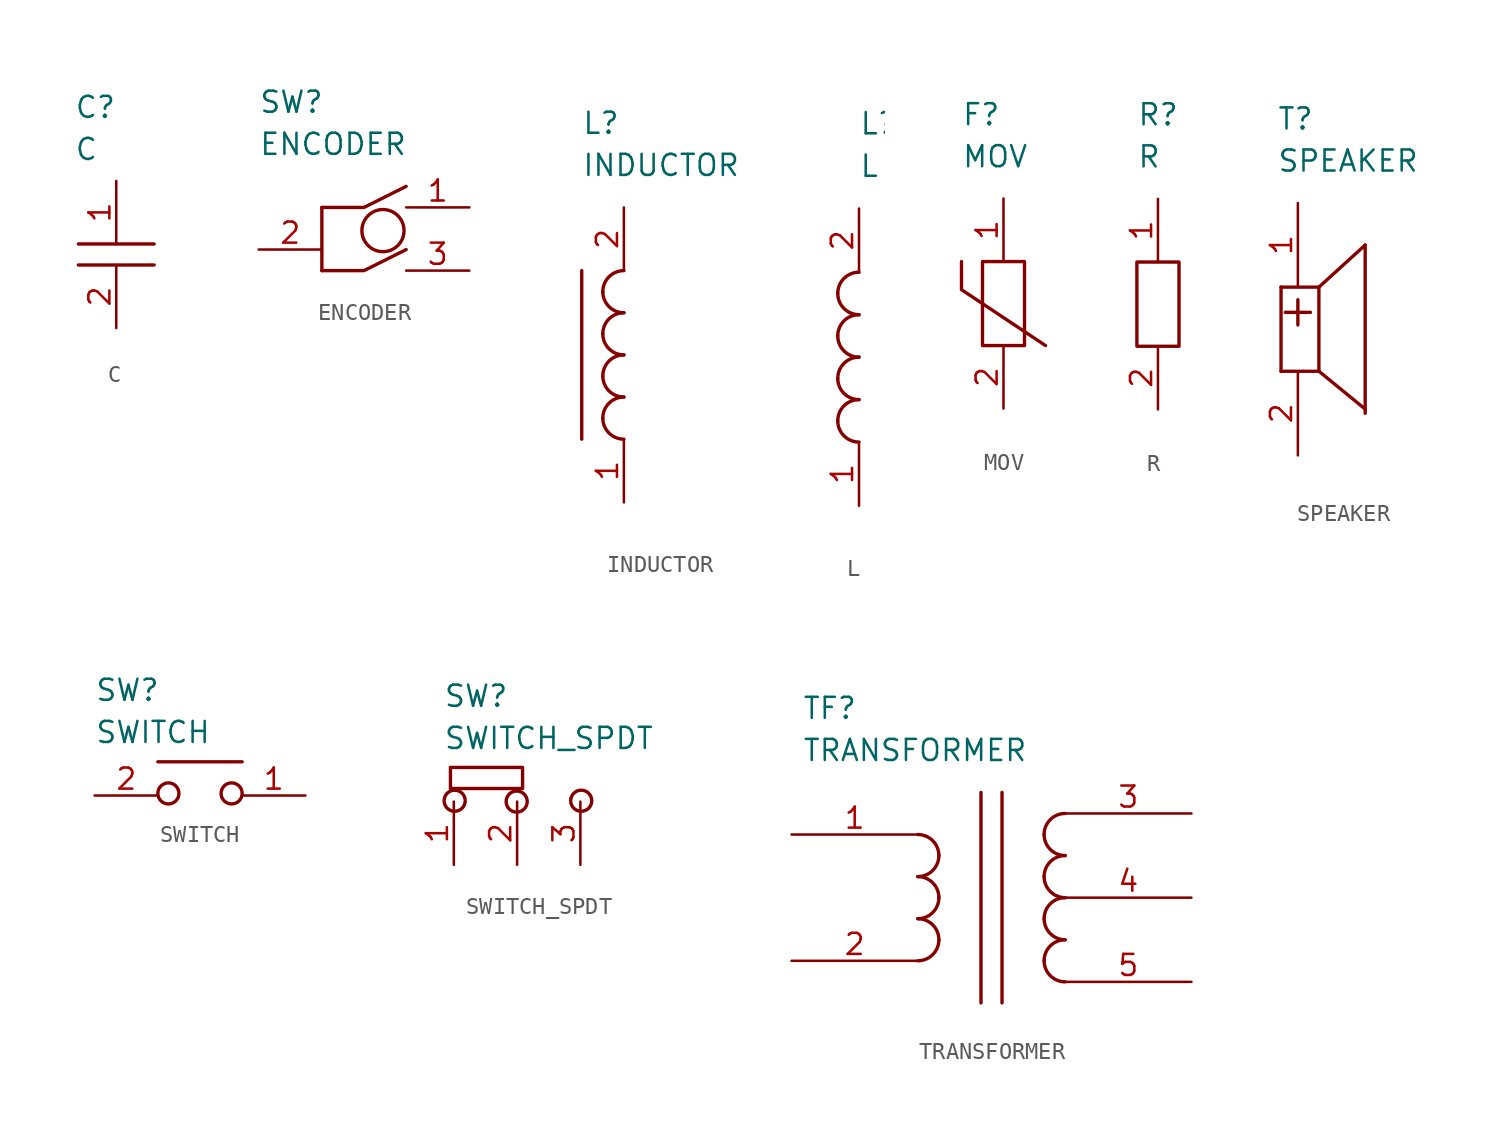
<source format=kicad_sym>
(kicad_symbol_lib
  (version 20211014)
  (generator kicad_symbol_editor)
  (symbol "C"
    (property "Reference" "C"
      (at -2.54 9.525 0)
      (effects (font (size 1.27 1.27)) (justify left)))
    (property "Value" "C"
      (at -2.54 6.985 0)
      (effects (font (size 1.27 1.27)) (justify left)))
    (property "ki_locked" ""
      (at 0 0 0)
      (effects (font (size 1.27 1.27))))
    (symbol "C_0_0"
      (polyline (pts (xy -2.286 0) (xy 2.286 0)) (stroke (width 0.203) (type default) (color 0 0 0 0)) (fill (type none)))
      (polyline (pts (xy -2.286 1.27) (xy 2.286 1.27)) (stroke (width 0.203) (type default) (color 0 0 0 0)) (fill (type none))))
    (symbol "C_1_0"
      (pin unspecified line (at 0 5.08 270) (length 3.81) (name "~" (effects (font (size 1.27 1.27)))) (number "1" (effects (font (size 1.27 1.27)))))
      (pin unspecified line (at 0 -3.81 90) (length 3.81) (name "~" (effects (font (size 1.27 1.27)))) (number "2" (effects (font (size 1.27 1.27)))))))
  (symbol "ENCODER"
    (property "Reference" "SW"
      (at -6.35 7.62 0)
      (effects (font (size 1.27 1.27)) (justify left)))
    (property "Value" "ENCODER"
      (at -6.35 5.08 0)
      (effects (font (size 1.27 1.27)) (justify left)))
    (property "ki_locked" ""
      (at 0 0 0)
      (effects (font (size 1.27 1.27))))
    (symbol "ENCODER_0_0"
      (polyline (pts (xy -2.54 1.27) (xy -2.54 -2.54)) (stroke (width 0.203) (type default) (color 0 0 0 0)) (fill (type none)))
      (polyline (pts (xy -2.54 -2.54) (xy 0 -2.54) (xy 2.54 -1.27)) (stroke (width 0.203) (type default) (color 0 0 0 0)) (fill (type none)))
      (polyline (pts (xy -2.54 1.27) (xy 0 1.27) (xy 2.54 2.54)) (stroke (width 0.203) (type default) (color 0 0 0 0)) (fill (type none)))
      (circle (center 1.143 -0.127) (radius 1.27) (stroke (width 0.203) (type default) (color 0 0 0 0)) (fill (type none))))
    (symbol "ENCODER_1_0"
      (pin unspecified line (at 6.35 1.27 180) (length 3.81) (name "~" (effects (font (size 1.27 1.27)))) (number "1" (effects (font (size 1.27 1.27)))))
      (pin unspecified line (at -6.35 -1.27 0) (length 3.81) (name "~" (effects (font (size 1.27 1.27)))) (number "2" (effects (font (size 1.27 1.27)))))
      (pin unspecified line (at 6.35 -2.54 180) (length 3.81) (name "~" (effects (font (size 1.27 1.27)))) (number "3" (effects (font (size 1.27 1.27)))))))
  (symbol "INDUCTOR"
    (property "Reference" "L"
      (at -1.27 13.97 0)
      (effects (font (size 1.27 1.27)) (justify left)))
    (property "Value" "INDUCTOR"
      (at -1.27 11.43 0)
      (effects (font (size 1.27 1.27)) (justify left)))
    (property "ki_locked" ""
      (at 0 0 0)
      (effects (font (size 1.27 1.27))))
    (symbol "INDUCTOR_0_0"
      (arc (start 0 -3.81) (mid 0.372 -4.708) (end 1.27 -5.08) (stroke (width 0.2032) (type default) (color 0 0 0 0)) (fill (type none)))
      (arc (start 0 -1.27) (mid 0.372 -2.168) (end 1.27 -2.54) (stroke (width 0.2032) (type default) (color 0 0 0 0)) (fill (type none)))
      (polyline (pts (xy -1.27 5.08) (xy -1.27 -5.08)) (stroke (width 0.203) (type default) (color 0 0 0 0)) (fill (type none)))
      (arc (start 0 1.27) (mid 0.372 0.372) (end 1.27 0) (stroke (width 0.2032) (type default) (color 0 0 0 0)) (fill (type none)))
      (arc (start 0 3.81) (mid 0.372 2.912) (end 1.27 2.54) (stroke (width 0.2032) (type default) (color 0 0 0 0)) (fill (type none)))
      (arc (start 1.27 -2.54) (mid 0.372 -2.912) (end 0 -3.81) (stroke (width 0.2032) (type default) (color 0 0 0 0)) (fill (type none)))
      (arc (start 1.27 0) (mid 0.372 -0.372) (end 0 -1.27) (stroke (width 0.2032) (type default) (color 0 0 0 0)) (fill (type none)))
      (arc (start 1.27 2.54) (mid 0.372 2.168) (end 0 1.27) (stroke (width 0.2032) (type default) (color 0 0 0 0)) (fill (type none)))
      (arc (start 1.27 5.08) (mid 0.372 4.708) (end 0 3.81) (stroke (width 0.2032) (type default) (color 0 0 0 0)) (fill (type none))))
    (symbol "INDUCTOR_1_0"
      (pin unspecified line (at 1.27 -8.89 90) (length 3.81) (name "~" (effects (font (size 1.27 1.27)))) (number "1" (effects (font (size 1.27 1.27)))))
      (pin unspecified line (at 1.27 8.89 270) (length 3.81) (name "~" (effects (font (size 1.27 1.27)))) (number "2" (effects (font (size 1.27 1.27)))))))
  (symbol "L"
    (property "Reference" "L"
      (at 0 13.97 0)
      (effects (font (size 1.27 1.27)) (justify left)))
    (property "Value" "L"
      (at 0 11.43 0)
      (effects (font (size 1.27 1.27)) (justify left)))
    (property "ki_locked" ""
      (at 0 0 0)
      (effects (font (size 1.27 1.27))))
    (symbol "L_0_0"
      (arc (start -1.27 -3.81) (mid -0.898 -4.708) (end 0 -5.08) (stroke (width 0.2032) (type default) (color 0 0 0 0)) (fill (type none)))
      (arc (start -1.27 -1.27) (mid -0.898 -2.168) (end 0 -2.54) (stroke (width 0.2032) (type default) (color 0 0 0 0)) (fill (type none)))
      (arc (start -1.27 1.27) (mid -0.898 0.372) (end 0 0) (stroke (width 0.2032) (type default) (color 0 0 0 0)) (fill (type none)))
      (arc (start -1.27 3.81) (mid -0.898 2.912) (end 0 2.54) (stroke (width 0.2032) (type default) (color 0 0 0 0)) (fill (type none)))
      (arc (start 0 -2.54) (mid -0.898 -2.912) (end -1.27 -3.81) (stroke (width 0.2032) (type default) (color 0 0 0 0)) (fill (type none)))
      (arc (start 0 0) (mid -0.898 -0.372) (end -1.27 -1.27) (stroke (width 0.2032) (type default) (color 0 0 0 0)) (fill (type none)))
      (arc (start 0 2.54) (mid -0.898 2.168) (end -1.27 1.27) (stroke (width 0.2032) (type default) (color 0 0 0 0)) (fill (type none)))
      (arc (start 0 5.08) (mid -0.898 4.708) (end -1.27 3.81) (stroke (width 0.2032) (type default) (color 0 0 0 0)) (fill (type none))))
    (symbol "L_1_0"
      (pin unspecified line (at 0 -8.89 90) (length 3.81) (name "~" (effects (font (size 1.27 1.27)))) (number "1" (effects (font (size 1.27 1.27)))))
      (pin unspecified line (at 0 8.89 270) (length 3.81) (name "~" (effects (font (size 1.27 1.27)))) (number "2" (effects (font (size 1.27 1.27)))))))
  (symbol "MOV"
    (property "Reference" "F"
      (at -2.54 11.43 0)
      (effects (font (size 1.27 1.27)) (justify left)))
    (property "Value" "MOV"
      (at -2.54 8.89 0)
      (effects (font (size 1.27 1.27)) (justify left)))
    (property "ki_locked" ""
      (at 0 0 0)
      (effects (font (size 1.27 1.27))))
    (symbol "MOV_0_0"
      (rectangle (start -1.27 2.54) (end 1.27 -2.54) (stroke (width 0.203) (type default) (color 0 0 0 0)) (fill (type none)))
      (polyline (pts (xy -2.54 2.54) (xy -2.54 0.838) (xy 2.54 -2.54)) (stroke (width 0.203) (type default) (color 0 0 0 0)) (fill (type none))))
    (symbol "MOV_1_0"
      (pin unspecified line (at 0 6.35 270) (length 3.81) (name "~" (effects (font (size 1.27 1.27)))) (number "1" (effects (font (size 1.27 1.27)))))
      (pin unspecified line (at 0 -6.35 90) (length 3.81) (name "~" (effects (font (size 1.27 1.27)))) (number "2" (effects (font (size 1.27 1.27)))))))
  (symbol "R"
    (property "Reference" "R"
      (at -1.27 11.43 0)
      (effects (font (size 1.27 1.27)) (justify left)))
    (property "Value" "R"
      (at -1.27 8.89 0)
      (effects (font (size 1.27 1.27)) (justify left)))
    (property "ki_locked" ""
      (at 0 0 0)
      (effects (font (size 1.27 1.27))))
    (symbol "R_0_0"
      (rectangle (start -1.27 2.54) (end 1.27 -2.54) (stroke (width 0.203) (type default) (color 0 0 0 0)) (fill (type none))))
    (symbol "R_1_0"
      (pin unspecified line (at 0 6.35 270) (length 3.81) (name "~" (effects (font (size 1.27 1.27)))) (number "1" (effects (font (size 1.27 1.27)))))
      (pin unspecified line (at 0 -6.35 90) (length 3.81) (name "~" (effects (font (size 1.27 1.27)))) (number "2" (effects (font (size 1.27 1.27)))))))
  (symbol "SPEAKER"
    (property "Reference" "T"
      (at -2.54 12.7 0)
      (effects (font (size 1.27 1.27)) (justify left)))
    (property "Value" "SPEAKER"
      (at -2.54 10.16 0)
      (effects (font (size 1.27 1.27)) (justify left)))
    (property "ki_locked" ""
      (at 0 0 0)
      (effects (font (size 1.27 1.27))))
    (symbol "SPEAKER_0_0"
      (polyline (pts (xy -2.286 -2.54) (xy -2.286 2.54)) (stroke (width 0.203) (type default) (color 0 0 0 0)) (fill (type none)))
      (polyline (pts (xy -2.286 2.54) (xy 0 2.54)) (stroke (width 0.203) (type default) (color 0 0 0 0)) (fill (type none)))
      (polyline (pts (xy -2.032 1.016) (xy -0.508 1.016)) (stroke (width 0.203) (type default) (color 0 0 0 0)) (fill (type none)))
      (polyline (pts (xy -1.27 1.778) (xy -1.27 0.254)) (stroke (width 0.203) (type default) (color 0 0 0 0)) (fill (type none)))
      (polyline (pts (xy 0 -2.54) (xy -2.286 -2.54)) (stroke (width 0.203) (type default) (color 0 0 0 0)) (fill (type none)))
      (polyline (pts (xy 0 2.54) (xy 0 -2.54)) (stroke (width 0.203) (type default) (color 0 0 0 0)) (fill (type none)))
      (polyline (pts (xy 0 2.54) (xy 0 2.54)) (stroke (width 0.203) (type default) (color 0 0 0 0)) (fill (type none)))
      (polyline (pts (xy 0 2.54) (xy 2.794 5.08)) (stroke (width 0.203) (type default) (color 0 0 0 0)) (fill (type none)))
      (polyline (pts (xy 2.794 -4.826) (xy 0 -2.54)) (stroke (width 0.203) (type default) (color 0 0 0 0)) (fill (type none)))
      (polyline (pts (xy 2.794 5.08) (xy 2.794 -5.08)) (stroke (width 0.203) (type default) (color 0 0 0 0)) (fill (type none))))
    (symbol "SPEAKER_1_0"
      (pin unspecified line (at -1.27 7.62 270) (length 5.08) (name "~" (effects (font (size 1.27 1.27)))) (number "1" (effects (font (size 1.27 1.27)))))
      (pin unspecified line (at -1.27 -7.62 90) (length 5.08) (name "~" (effects (font (size 1.27 1.27)))) (number "2" (effects (font (size 1.27 1.27)))))))
  (symbol "SWITCH"
    (property "Reference" "SW"
      (at -6.35 6.35 0)
      (effects (font (size 1.27 1.27)) (justify left)))
    (property "Value" "SWITCH"
      (at -6.35 3.81 0)
      (effects (font (size 1.27 1.27)) (justify left)))
    (property "ki_locked" ""
      (at 0 0 0)
      (effects (font (size 1.27 1.27))))
    (symbol "SWITCH_0_0"
      (circle (center -1.905 0.127) (radius 0.635) (stroke (width 0.203) (type default) (color 0 0 0 0)) (fill (type none)))
      (polyline (pts (xy -2.54 2.032) (xy 2.54 2.032)) (stroke (width 0.203) (type default) (color 0 0 0 0)) (fill (type none)))
      (circle (center 1.905 0.127) (radius 0.635) (stroke (width 0.203) (type default) (color 0 0 0 0)) (fill (type none))))
    (symbol "SWITCH_1_0"
      (pin unspecified line (at 6.35 0 180) (length 3.81) (name "~" (effects (font (size 1.27 1.27)))) (number "1" (effects (font (size 1.27 1.27)))))
      (pin unspecified line (at -6.35 0 0) (length 3.81) (name "~" (effects (font (size 1.27 1.27)))) (number "2" (effects (font (size 1.27 1.27)))))))
  (symbol "SWITCH_SPDT"
    (property "Reference" "SW"
      (at -4.445 7.62 0)
      (effects (font (size 1.27 1.27)) (justify left)))
    (property "Value" "SWITCH_SPDT"
      (at -4.445 5.08 0)
      (effects (font (size 1.27 1.27)) (justify left)))
    (property "ki_locked" ""
      (at 0 0 0)
      (effects (font (size 1.27 1.27))))
    (symbol "SWITCH_SPDT_0_0"
      (rectangle (start -4.013 2.057) (end 0.33 3.327) (stroke (width 0.203) (type default) (color 0 0 0 0)) (fill (type none)))
      (circle (center -3.759 1.321) (radius 0.635) (stroke (width 0.203) (type default) (color 0 0 0 0)) (fill (type none)))
      (circle (center -0.025 1.27) (radius 0.635) (stroke (width 0.203) (type default) (color 0 0 0 0)) (fill (type none)))
      (circle (center 3.861 1.321) (radius 0.635) (stroke (width 0.203) (type default) (color 0 0 0 0)) (fill (type none))))
    (symbol "SWITCH_SPDT_1_0"
      (pin unspecified line (at -3.81 -2.54 90) (length 3.81) (name "~" (effects (font (size 1.27 1.27)))) (number "1" (effects (font (size 1.27 1.27)))))
      (pin unspecified line (at 0 -2.54 90) (length 3.81) (name "~" (effects (font (size 1.27 1.27)))) (number "2" (effects (font (size 1.27 1.27)))))
      (pin unspecified line (at 3.81 -2.54 90) (length 3.81) (name "~" (effects (font (size 1.27 1.27)))) (number "3" (effects (font (size 1.27 1.27)))))))
  (symbol "TRANSFORMER"
    (property "Reference" "TF"
      (at -12.065 11.43 0)
      (effects (font (size 1.27 1.27)) (justify left)))
    (property "Value" "TRANSFORMER"
      (at -12.065 8.89 0)
      (effects (font (size 1.27 1.27)) (justify left)))
    (property "ki_locked" ""
      (at 0 0 0)
      (effects (font (size 1.27 1.27))))
    (symbol "TRANSFORMER_0_0"
      (arc (start -5.08 -3.81) (mid -4.182 -3.438) (end -3.81 -2.54) (stroke (width 0.2032) (type default) (color 0 0 0 0)) (fill (type none)))
      (arc (start -5.08 -1.27) (mid -4.182 -0.898) (end -3.81 0) (stroke (width 0.2032) (type default) (color 0 0 0 0)) (fill (type none)))
      (arc (start -5.08 1.27) (mid -4.182 1.642) (end -3.81 2.54) (stroke (width 0.2032) (type default) (color 0 0 0 0)) (fill (type none)))
      (arc (start -3.81 -2.54) (mid -4.182 -1.642) (end -5.08 -1.27) (stroke (width 0.2032) (type default) (color 0 0 0 0)) (fill (type none)))
      (arc (start -3.81 0) (mid -4.182 0.898) (end -5.08 1.27) (stroke (width 0.2032) (type default) (color 0 0 0 0)) (fill (type none)))
      (arc (start -3.81 2.54) (mid -4.182 3.438) (end -5.08 3.81) (stroke (width 0.2032) (type default) (color 0 0 0 0)) (fill (type none)))
      (polyline (pts (xy -1.27 6.35) (xy -1.27 -6.35)) (stroke (width 0.203) (type default) (color 0 0 0 0)) (fill (type none)))
      (polyline (pts (xy 0 6.35) (xy 0 -6.35)) (stroke (width 0.203) (type default) (color 0 0 0 0)) (fill (type none)))
      (arc (start 2.54 -3.81) (mid 2.912 -4.708) (end 3.81 -5.08) (stroke (width 0.2032) (type default) (color 0 0 0 0)) (fill (type none)))
      (arc (start 2.54 -1.27) (mid 2.912 -2.168) (end 3.81 -2.54) (stroke (width 0.2032) (type default) (color 0 0 0 0)) (fill (type none)))
      (arc (start 2.54 1.27) (mid 2.912 0.372) (end 3.81 0) (stroke (width 0.2032) (type default) (color 0 0 0 0)) (fill (type none)))
      (arc (start 2.54 3.81) (mid 2.912 2.912) (end 3.81 2.54) (stroke (width 0.2032) (type default) (color 0 0 0 0)) (fill (type none)))
      (arc (start 3.81 -2.54) (mid 2.912 -2.912) (end 2.54 -3.81) (stroke (width 0.2032) (type default) (color 0 0 0 0)) (fill (type none)))
      (arc (start 3.81 0) (mid 2.912 -0.372) (end 2.54 -1.27) (stroke (width 0.2032) (type default) (color 0 0 0 0)) (fill (type none)))
      (arc (start 3.81 2.54) (mid 2.912 2.168) (end 2.54 1.27) (stroke (width 0.2032) (type default) (color 0 0 0 0)) (fill (type none)))
      (arc (start 3.81 5.08) (mid 2.912 4.708) (end 2.54 3.81) (stroke (width 0.2032) (type default) (color 0 0 0 0)) (fill (type none))))
    (symbol "TRANSFORMER_1_0"
      (pin unspecified line (at -12.7 3.81 0) (length 7.62) (name "~" (effects (font (size 1.27 1.27)))) (number "1" (effects (font (size 1.27 1.27)))))
      (pin unspecified line (at -12.7 -3.81 0) (length 7.62) (name "~" (effects (font (size 1.27 1.27)))) (number "2" (effects (font (size 1.27 1.27)))))
      (pin unspecified line (at 11.43 5.08 180) (length 7.62) (name "~" (effects (font (size 1.27 1.27)))) (number "3" (effects (font (size 1.27 1.27)))))
      (pin unspecified line (at 11.43 0 180) (length 7.62) (name "~" (effects (font (size 1.27 1.27)))) (number "4" (effects (font (size 1.27 1.27)))))
      (pin unspecified line (at 11.43 -5.08 180) (length 7.62) (name "~" (effects (font (size 1.27 1.27)))) (number "5" (effects (font (size 1.27 1.27))))))))
</source>
